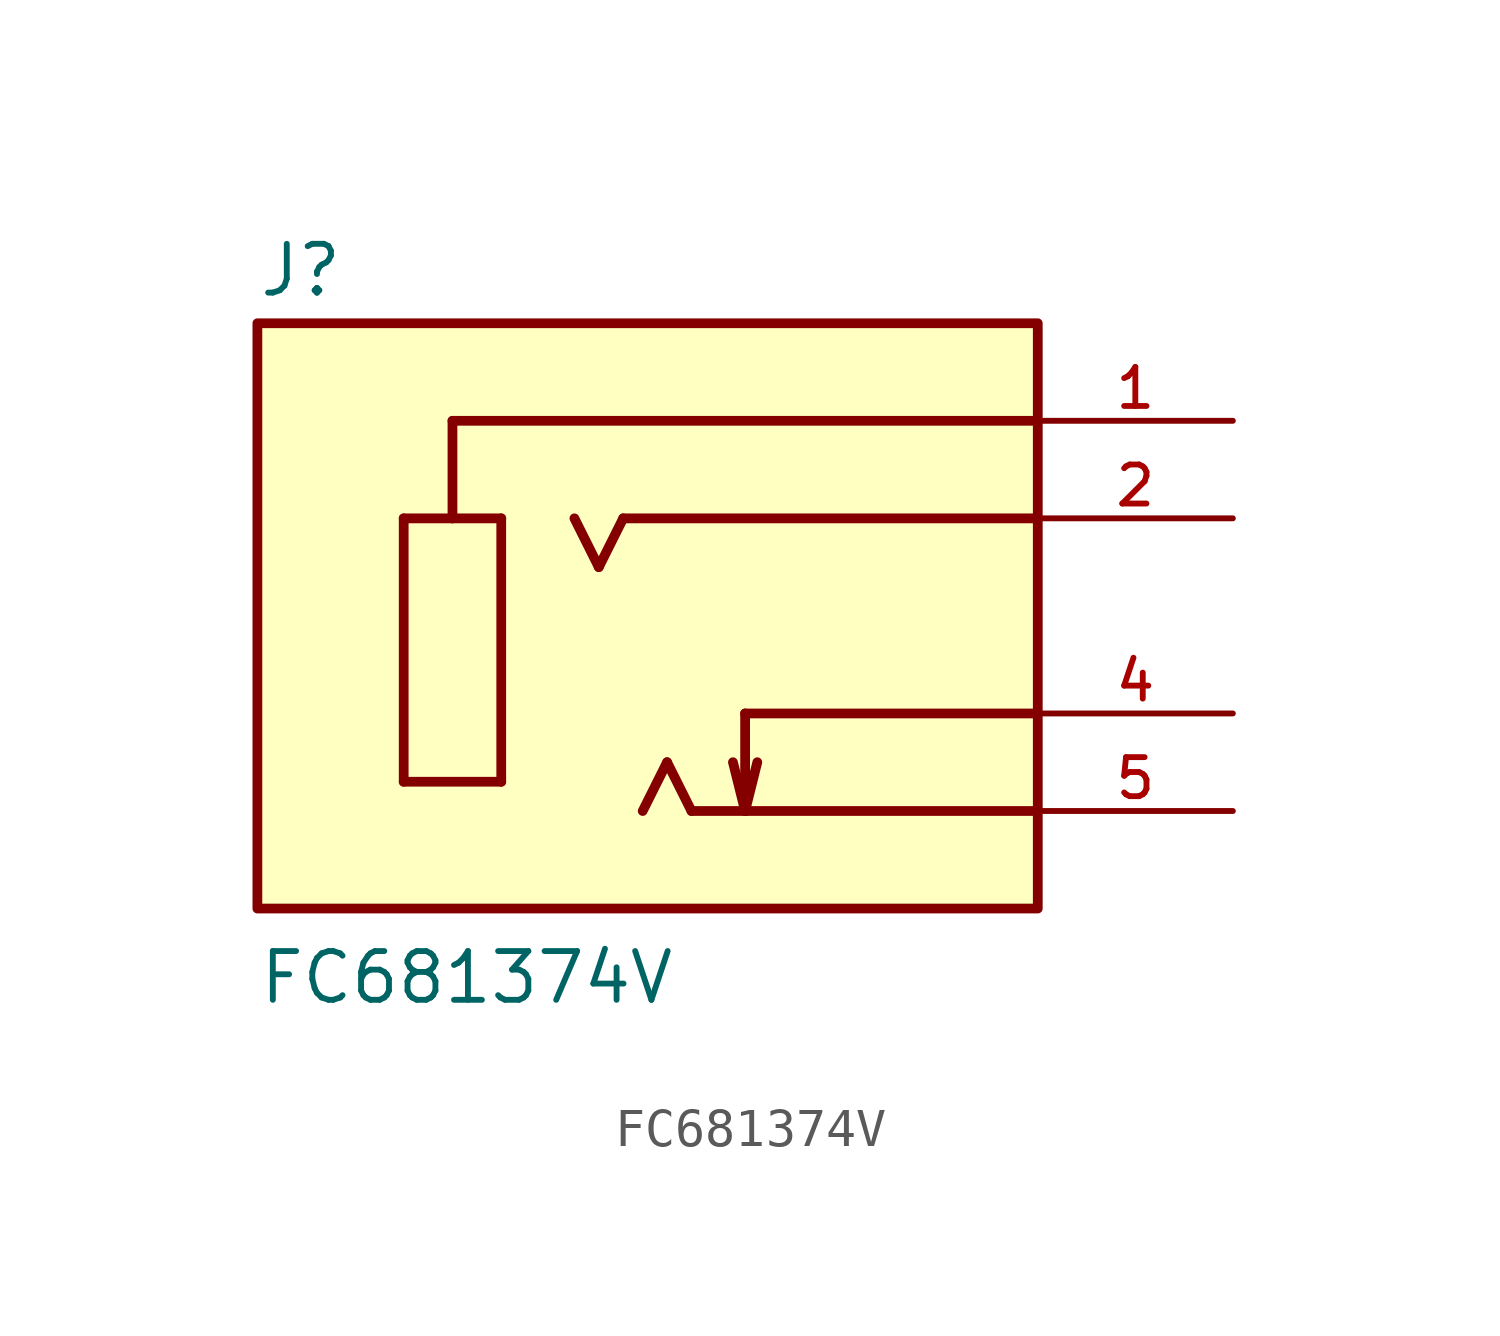
<source format=kicad_sym>
(kicad_symbol_lib
  (version 20211014)
  (generator kicad_symbol_editor)
  (symbol "FC681374V"
    (pin_names
      (offset 1.016))
    (property "Reference" "J"
      (at -10.16 8.255 0)
      (effects (font (size 1.27 1.27)) (justify bottom left)))
    (property "Value" "FC681374V"
      (at -10.16 -10.16 0)
      (effects (font (size 1.27 1.27)) (justify bottom left)))
    (symbol "FC681374V_0_0"
      (polyline (pts (xy -6.35 2.54) (xy -6.35 -4.318)) (stroke (width 0.254)))
      (polyline (pts (xy -6.35 -4.318) (xy -3.81 -4.318)) (stroke (width 0.254)))
      (polyline (pts (xy -3.81 -4.318) (xy -3.81 2.54)) (stroke (width 0.254)))
      (polyline (pts (xy -3.81 2.54) (xy -5.08 2.54)) (stroke (width 0.254)))
      (polyline (pts (xy -5.08 2.54) (xy -6.35 2.54)) (stroke (width 0.254)))
      (polyline (pts (xy -5.08 2.54) (xy -5.08 5.08)) (stroke (width 0.254)))
      (polyline (pts (xy -5.08 5.08) (xy 10.16 5.08)) (stroke (width 0.254)))
      (polyline (pts (xy -1.905 2.54) (xy -1.27 1.27)) (stroke (width 0.254)))
      (polyline (pts (xy -1.27 1.27) (xy -0.635 2.54)) (stroke (width 0.254)))
      (polyline (pts (xy -0.635 2.54) (xy 10.16 2.54)) (stroke (width 0.254)))
      (polyline (pts (xy -0.127 -5.08) (xy 0.508 -3.81)) (stroke (width 0.254)))
      (polyline (pts (xy 0.508 -3.81) (xy 1.143 -5.08)) (stroke (width 0.254)))
      (polyline (pts (xy 1.143 -5.08) (xy 2.54 -5.08)) (stroke (width 0.254)))
      (polyline (pts (xy 2.54 -5.08) (xy 10.16 -5.08)) (stroke (width 0.254)))
      (polyline (pts (xy 2.54 -2.54) (xy 10.16 -2.54)) (stroke (width 0.254)))
      (polyline (pts (xy 2.54 -2.54) (xy 2.54 -5.08)) (stroke (width 0.254)))
      (polyline (pts (xy 2.54 -5.08) (xy 2.223 -3.81)) (stroke (width 0.254)))
      (polyline (pts (xy 2.54 -5.08) (xy 2.857 -3.81)) (stroke (width 0.254)))
      (rectangle (start -10.16 -7.62) (end 10.16 7.62) (stroke (width 0.254)) (fill (type background)))
      (pin passive line (at 15.24 5.08 180.0) (length 5.08) (name "~" (effects (font (size 1.016 1.016)))) (number "1" (effects (font (size 1.016 1.016)))))
      (pin passive line (at 15.24 2.54 180.0) (length 5.08) (name "~" (effects (font (size 1.016 1.016)))) (number "2" (effects (font (size 1.016 1.016)))))
      (pin passive line (at 15.24 -5.08 180.0) (length 5.08) (name "~" (effects (font (size 1.016 1.016)))) (number "5" (effects (font (size 1.016 1.016)))))
      (pin passive line (at 15.24 -2.54 180.0) (length 5.08) (name "~" (effects (font (size 1.016 1.016)))) (number "4" (effects (font (size 1.016 1.016))))))))
</source>
